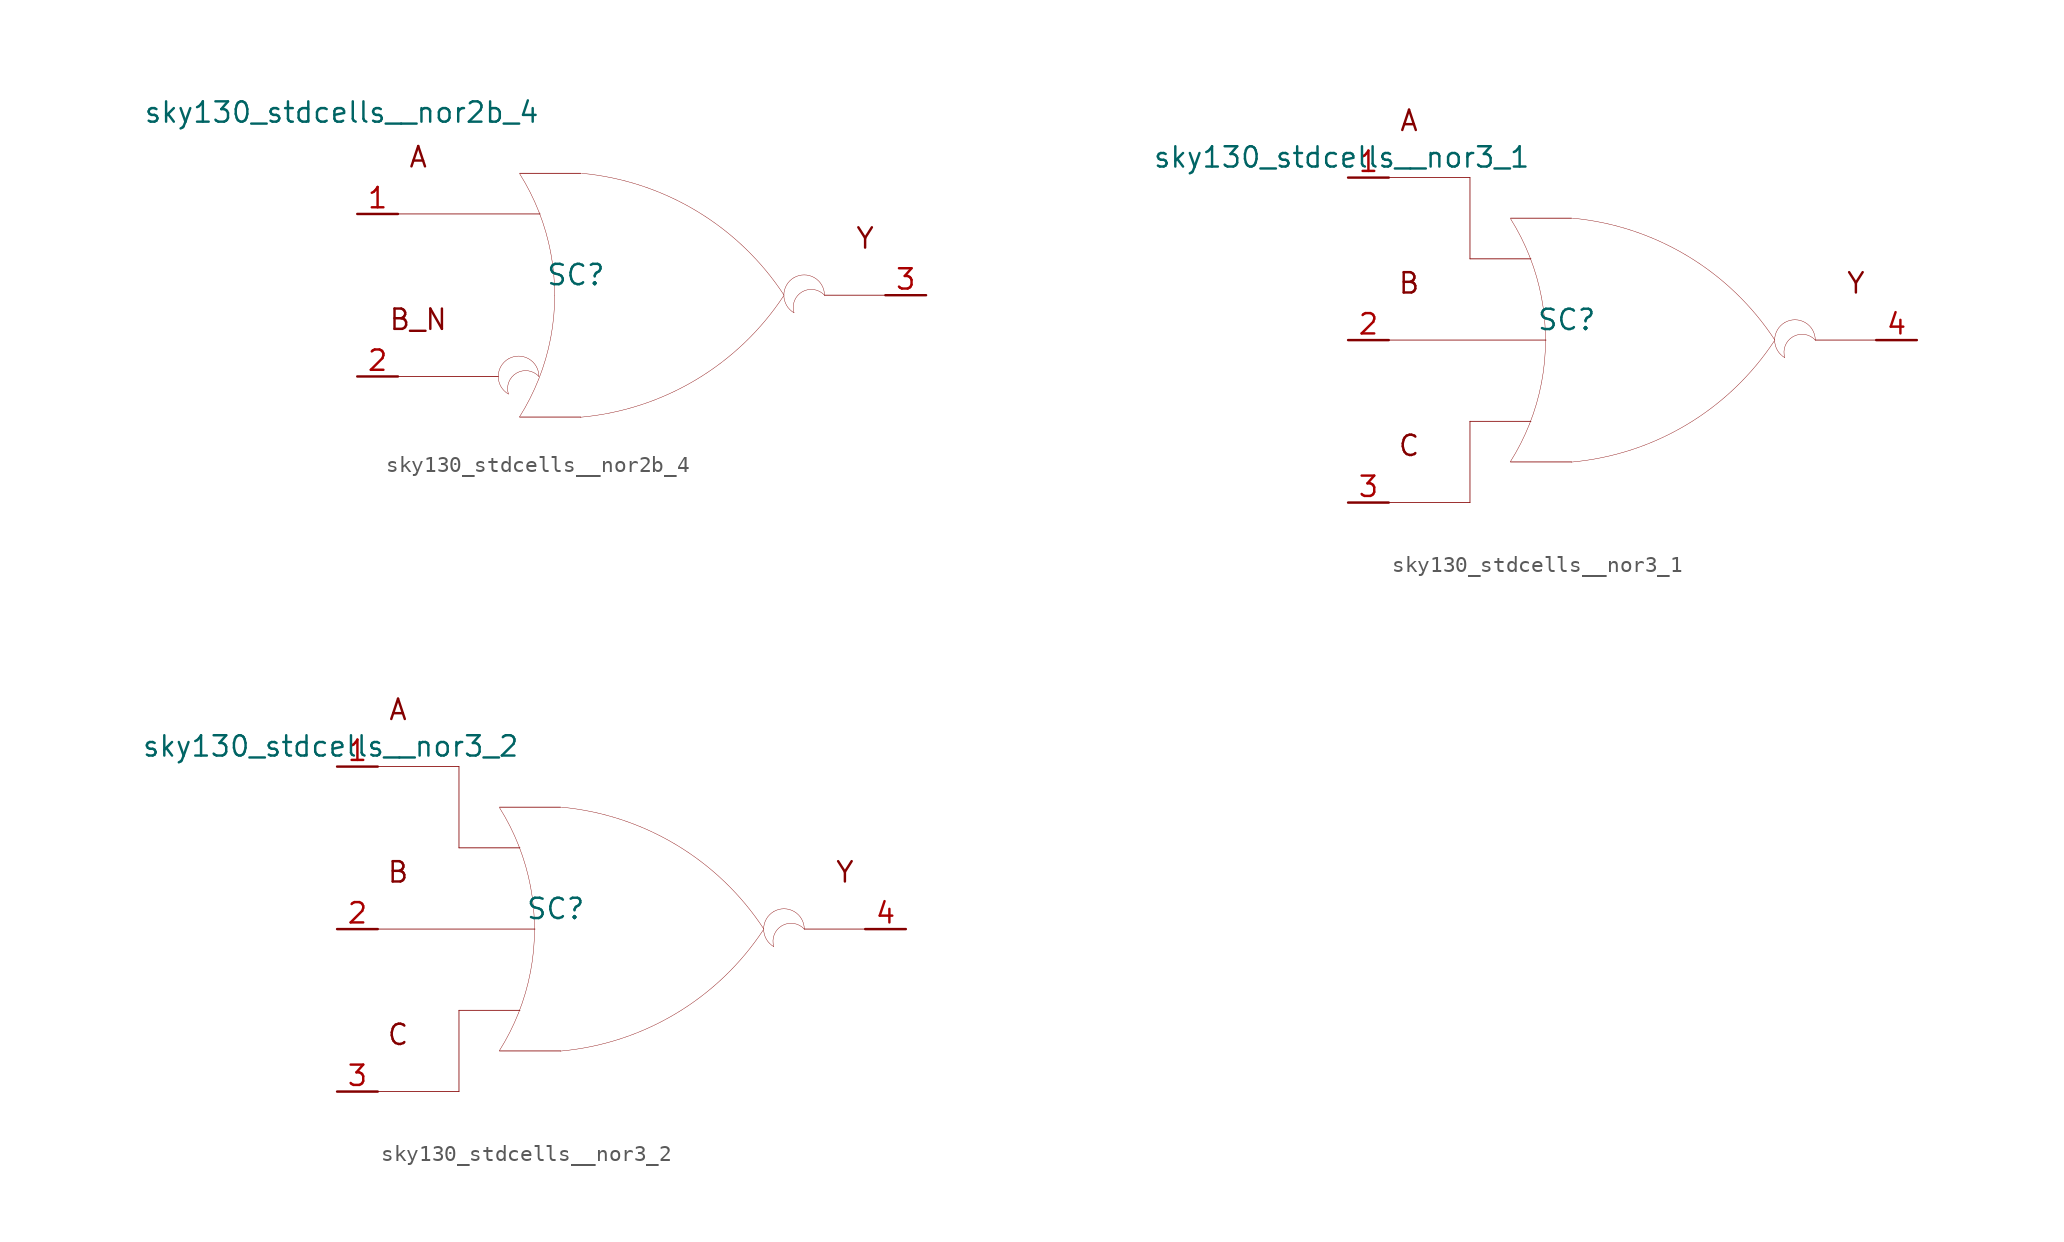
<source format=kicad_sym>
(kicad_symbol_lib
  (version 20211014)
  (generator kicad_symbol_editor)
  (symbol "sky130_stdcells__nor2b_4"
    (pin_names hide)
    (property "Reference" "SC"
      (at -4.115 1.27 0)
      (effects (font (size 1.27 1.27))))
    (property "Value" "sky130_stdcells__nor2b_4"
      (at -6.35 11.43 0)
      (effects (font (size 1.27 1.27)) (justify right)))
    (symbol "sky130_stdcells__nor2b_4_0_0"
      (arc (start -8.3312 -3.9801) (mid -8.9662 -5.08) (end -8.3312 -6.1799) (stroke (width 0.0254) (type default) (color 0 0 0 0)) (fill (type none)))
      (arc (start -7.6405 -7.6142) (mid -6.983 -6.458) (end -6.4362 -5.2456) (stroke (width 0.0254) (type default) (color 0 0 0 0)) (fill (type none)))
      (arc (start -6.4362 -5.2456) (mid -6.0013 -3.9755) (end -5.688 -2.6701) (stroke (width 0.0254) (type default) (color 0 0 0 0)) (fill (type none)))
      (arc (start -6.4262 -5.08) (mid -8.2831 -4.6057) (end -8.3312 -6.1799) (stroke (width 0.0254) (type default) (color 0 0 0 0)) (fill (type none)))
      (arc (start -6.4262 -5.08) (mid -7.0612 -3.9802) (end -8.3312 -3.9801) (stroke (width 0.0254) (type default) (color 0 0 0 0)) (fill (type none)))
      (arc (start -6.418 5.1993) (mid -6.9662 6.4248) (end -7.6273 7.5932) (stroke (width 0.0254) (type default) (color 0 0 0 0)) (fill (type none)))
      (arc (start -5.688 -2.6701) (mid -5.4988 -1.341) (end -5.4356 0) (stroke (width 0.0254) (type default) (color 0 0 0 0)) (fill (type none)))
      (arc (start -5.6834 2.6456) (mid -5.9911 3.9396) (end -6.418 5.1993) (stroke (width 0.0254) (type default) (color 0 0 0 0)) (fill (type none)))
      (arc (start -5.4356 0) (mid -5.4977 1.3286) (end -5.6834 2.6456) (stroke (width 0.0254) (type default) (color 0 0 0 0)) (fill (type none)))
      (arc (start -3.8212 -7.6288) (mid 3.3927 -5.2884) (end 8.8734 -0.0463) (stroke (width 0.0254) (type default) (color 0 0 0 0)) (fill (type none)))
      (polyline (pts (xy -15.24 -5.08) (xy -8.966 -5.08)) (stroke (width 0.051) (type default) (color 0 0 0 0)) (fill (type none)))
      (polyline (pts (xy -15.24 5.08) (xy -6.35 5.08)) (stroke (width 0.051) (type default) (color 0 0 0 0)) (fill (type none)))
      (polyline (pts (xy -7.62 -7.62) (xy -3.81 -7.62)) (stroke (width 0.051) (type default) (color 0 0 0 0)) (fill (type none)))
      (polyline (pts (xy -7.62 7.62) (xy -3.81 7.62)) (stroke (width 0.051) (type default) (color 0 0 0 0)) (fill (type none)))
      (polyline (pts (xy 11.43 0) (xy 15.24 0)) (stroke (width 0.051) (type default) (color 0 0 0 0)) (fill (type none)))
      (arc (start 8.9061 -0.0034) (mid 3.4437 5.2578) (end -3.762 7.6234) (stroke (width 0.0254) (type default) (color 0 0 0 0)) (fill (type none)))
      (arc (start 9.525 1.0999) (mid 8.89 0) (end 9.525 -1.0999) (stroke (width 0.0254) (type default) (color 0 0 0 0)) (fill (type none)))
      (arc (start 11.43 0) (mid 9.5731 0.4743) (end 9.525 -1.0999) (stroke (width 0.0254) (type default) (color 0 0 0 0)) (fill (type none)))
      (arc (start 11.43 0) (mid 10.795 1.0998) (end 9.525 1.0999) (stroke (width 0.0254) (type default) (color 0 0 0 0)) (fill (type none)))
      (text "A" (at -13.97 8.636 0) (effects (font (size 1.27 1.27))))
      (text "B_N" (at -13.97 -1.524 0) (effects (font (size 1.27 1.27))))
      (text "Y" (at 13.97 3.556 0) (effects (font (size 1.27 1.27)))))
    (symbol "sky130_stdcells__nor2b_4_1_1"
      (pin input line (at -17.78 5.08 0) (length 2.54) (name "A" (effects (font (size 1.092 1.092)))) (number "1" (effects (font (size 1.27 1.27)))))
      (pin input line (at -17.78 -5.08 0) (length 2.54) (name "B_N" (effects (font (size 1.092 1.092)))) (number "2" (effects (font (size 1.27 1.27)))))
      (pin output line (at 17.78 0 180) (length 2.54) (name "Y" (effects (font (size 1.092 1.092)))) (number "3" (effects (font (size 1.27 1.27)))))))
  (symbol "sky130_stdcells__nor3_1"
    (pin_names hide)
    (property "Reference" "SC"
      (at -4.115 1.27 0)
      (effects (font (size 1.27 1.27))))
    (property "Value" "sky130_stdcells__nor3_1"
      (at -6.35 11.43 0)
      (effects (font (size 1.27 1.27)) (justify right)))
    (symbol "sky130_stdcells__nor3_1_0_0"
      (arc (start -7.6405 -7.6142) (mid -6.983 -6.458) (end -6.4362 -5.2456) (stroke (width 0.0254) (type default) (color 0 0 0 0)) (fill (type none)))
      (arc (start -6.4362 -5.2456) (mid -6.0013 -3.9755) (end -5.688 -2.6701) (stroke (width 0.0254) (type default) (color 0 0 0 0)) (fill (type none)))
      (arc (start -6.418 5.1993) (mid -6.9662 6.4248) (end -7.6273 7.5932) (stroke (width 0.0254) (type default) (color 0 0 0 0)) (fill (type none)))
      (arc (start -5.688 -2.6701) (mid -5.4988 -1.341) (end -5.4356 0) (stroke (width 0.0254) (type default) (color 0 0 0 0)) (fill (type none)))
      (arc (start -5.6834 2.6456) (mid -5.9911 3.9396) (end -6.418 5.1993) (stroke (width 0.0254) (type default) (color 0 0 0 0)) (fill (type none)))
      (arc (start -5.4356 0) (mid -5.4977 1.3286) (end -5.6834 2.6456) (stroke (width 0.0254) (type default) (color 0 0 0 0)) (fill (type none)))
      (arc (start -3.8212 -7.6288) (mid 3.3927 -5.2884) (end 8.8734 -0.0463) (stroke (width 0.0254) (type default) (color 0 0 0 0)) (fill (type none)))
      (polyline (pts (xy -15.24 -10.16) (xy -10.16 -10.16)) (stroke (width 0.051) (type default) (color 0 0 0 0)) (fill (type none)))
      (polyline (pts (xy -15.24 0) (xy -5.41 0)) (stroke (width 0.051) (type default) (color 0 0 0 0)) (fill (type none)))
      (polyline (pts (xy -15.24 10.16) (xy -10.16 10.16)) (stroke (width 0.051) (type default) (color 0 0 0 0)) (fill (type none)))
      (polyline (pts (xy -10.16 -5.08) (xy -10.16 -10.16)) (stroke (width 0.051) (type default) (color 0 0 0 0)) (fill (type none)))
      (polyline (pts (xy -10.16 -5.08) (xy -6.35 -5.08)) (stroke (width 0.051) (type default) (color 0 0 0 0)) (fill (type none)))
      (polyline (pts (xy -10.16 5.08) (xy -6.35 5.08)) (stroke (width 0.051) (type default) (color 0 0 0 0)) (fill (type none)))
      (polyline (pts (xy -10.16 10.16) (xy -10.16 5.08)) (stroke (width 0.051) (type default) (color 0 0 0 0)) (fill (type none)))
      (polyline (pts (xy -7.62 -7.62) (xy -3.81 -7.62)) (stroke (width 0.051) (type default) (color 0 0 0 0)) (fill (type none)))
      (polyline (pts (xy -7.62 7.62) (xy -3.81 7.62)) (stroke (width 0.051) (type default) (color 0 0 0 0)) (fill (type none)))
      (polyline (pts (xy 11.43 0) (xy 15.24 0)) (stroke (width 0.051) (type default) (color 0 0 0 0)) (fill (type none)))
      (arc (start 8.9061 -0.0034) (mid 3.4437 5.2578) (end -3.762 7.6234) (stroke (width 0.0254) (type default) (color 0 0 0 0)) (fill (type none)))
      (arc (start 9.525 1.0999) (mid 8.89 0) (end 9.525 -1.0999) (stroke (width 0.0254) (type default) (color 0 0 0 0)) (fill (type none)))
      (arc (start 11.43 0) (mid 9.5731 0.4743) (end 9.525 -1.0999) (stroke (width 0.0254) (type default) (color 0 0 0 0)) (fill (type none)))
      (arc (start 11.43 0) (mid 10.795 1.0998) (end 9.525 1.0999) (stroke (width 0.0254) (type default) (color 0 0 0 0)) (fill (type none)))
      (text "A" (at -13.97 13.716 0) (effects (font (size 1.27 1.27))))
      (text "B" (at -13.97 3.556 0) (effects (font (size 1.27 1.27))))
      (text "C" (at -13.97 -6.604 0) (effects (font (size 1.27 1.27))))
      (text "Y" (at 13.97 3.556 0) (effects (font (size 1.27 1.27)))))
    (symbol "sky130_stdcells__nor3_1_1_1"
      (pin input line (at -17.78 10.16 0) (length 2.54) (name "A" (effects (font (size 1.092 1.092)))) (number "1" (effects (font (size 1.27 1.27)))))
      (pin input line (at -17.78 0 0) (length 2.54) (name "B" (effects (font (size 1.092 1.092)))) (number "2" (effects (font (size 1.27 1.27)))))
      (pin input line (at -17.78 -10.16 0) (length 2.54) (name "C" (effects (font (size 1.092 1.092)))) (number "3" (effects (font (size 1.27 1.27)))))
      (pin output line (at 17.78 0 180) (length 2.54) (name "Y" (effects (font (size 1.092 1.092)))) (number "4" (effects (font (size 1.27 1.27)))))))
  (symbol "sky130_stdcells__nor3_2"
    (pin_names hide)
    (property "Reference" "SC"
      (at -4.115 1.27 0)
      (effects (font (size 1.27 1.27))))
    (property "Value" "sky130_stdcells__nor3_2"
      (at -6.35 11.43 0)
      (effects (font (size 1.27 1.27)) (justify right)))
    (symbol "sky130_stdcells__nor3_2_0_0"
      (arc (start -7.6405 -7.6142) (mid -6.983 -6.458) (end -6.4362 -5.2456) (stroke (width 0.0254) (type default) (color 0 0 0 0)) (fill (type none)))
      (arc (start -6.4362 -5.2456) (mid -6.0013 -3.9755) (end -5.688 -2.6701) (stroke (width 0.0254) (type default) (color 0 0 0 0)) (fill (type none)))
      (arc (start -6.418 5.1993) (mid -6.9662 6.4248) (end -7.6273 7.5932) (stroke (width 0.0254) (type default) (color 0 0 0 0)) (fill (type none)))
      (arc (start -5.688 -2.6701) (mid -5.4988 -1.341) (end -5.4356 0) (stroke (width 0.0254) (type default) (color 0 0 0 0)) (fill (type none)))
      (arc (start -5.6834 2.6456) (mid -5.9911 3.9396) (end -6.418 5.1993) (stroke (width 0.0254) (type default) (color 0 0 0 0)) (fill (type none)))
      (arc (start -5.4356 0) (mid -5.4977 1.3286) (end -5.6834 2.6456) (stroke (width 0.0254) (type default) (color 0 0 0 0)) (fill (type none)))
      (arc (start -3.8212 -7.6288) (mid 3.3927 -5.2884) (end 8.8734 -0.0463) (stroke (width 0.0254) (type default) (color 0 0 0 0)) (fill (type none)))
      (polyline (pts (xy -15.24 -10.16) (xy -10.16 -10.16)) (stroke (width 0.051) (type default) (color 0 0 0 0)) (fill (type none)))
      (polyline (pts (xy -15.24 0) (xy -5.41 0)) (stroke (width 0.051) (type default) (color 0 0 0 0)) (fill (type none)))
      (polyline (pts (xy -15.24 10.16) (xy -10.16 10.16)) (stroke (width 0.051) (type default) (color 0 0 0 0)) (fill (type none)))
      (polyline (pts (xy -10.16 -5.08) (xy -10.16 -10.16)) (stroke (width 0.051) (type default) (color 0 0 0 0)) (fill (type none)))
      (polyline (pts (xy -10.16 -5.08) (xy -6.35 -5.08)) (stroke (width 0.051) (type default) (color 0 0 0 0)) (fill (type none)))
      (polyline (pts (xy -10.16 5.08) (xy -6.35 5.08)) (stroke (width 0.051) (type default) (color 0 0 0 0)) (fill (type none)))
      (polyline (pts (xy -10.16 10.16) (xy -10.16 5.08)) (stroke (width 0.051) (type default) (color 0 0 0 0)) (fill (type none)))
      (polyline (pts (xy -7.62 -7.62) (xy -3.81 -7.62)) (stroke (width 0.051) (type default) (color 0 0 0 0)) (fill (type none)))
      (polyline (pts (xy -7.62 7.62) (xy -3.81 7.62)) (stroke (width 0.051) (type default) (color 0 0 0 0)) (fill (type none)))
      (polyline (pts (xy 11.43 0) (xy 15.24 0)) (stroke (width 0.051) (type default) (color 0 0 0 0)) (fill (type none)))
      (arc (start 8.9061 -0.0034) (mid 3.4437 5.2578) (end -3.762 7.6234) (stroke (width 0.0254) (type default) (color 0 0 0 0)) (fill (type none)))
      (arc (start 9.525 1.0999) (mid 8.89 0) (end 9.525 -1.0999) (stroke (width 0.0254) (type default) (color 0 0 0 0)) (fill (type none)))
      (arc (start 11.43 0) (mid 9.5731 0.4743) (end 9.525 -1.0999) (stroke (width 0.0254) (type default) (color 0 0 0 0)) (fill (type none)))
      (arc (start 11.43 0) (mid 10.795 1.0998) (end 9.525 1.0999) (stroke (width 0.0254) (type default) (color 0 0 0 0)) (fill (type none)))
      (text "A" (at -13.97 13.716 0) (effects (font (size 1.27 1.27))))
      (text "B" (at -13.97 3.556 0) (effects (font (size 1.27 1.27))))
      (text "C" (at -13.97 -6.604 0) (effects (font (size 1.27 1.27))))
      (text "Y" (at 13.97 3.556 0) (effects (font (size 1.27 1.27)))))
    (symbol "sky130_stdcells__nor3_2_1_1"
      (pin input line (at -17.78 10.16 0) (length 2.54) (name "A" (effects (font (size 1.092 1.092)))) (number "1" (effects (font (size 1.27 1.27)))))
      (pin input line (at -17.78 0 0) (length 2.54) (name "B" (effects (font (size 1.092 1.092)))) (number "2" (effects (font (size 1.27 1.27)))))
      (pin input line (at -17.78 -10.16 0) (length 2.54) (name "C" (effects (font (size 1.092 1.092)))) (number "3" (effects (font (size 1.27 1.27)))))
      (pin output line (at 17.78 0 180) (length 2.54) (name "Y" (effects (font (size 1.092 1.092)))) (number "4" (effects (font (size 1.27 1.27))))))))
</source>
